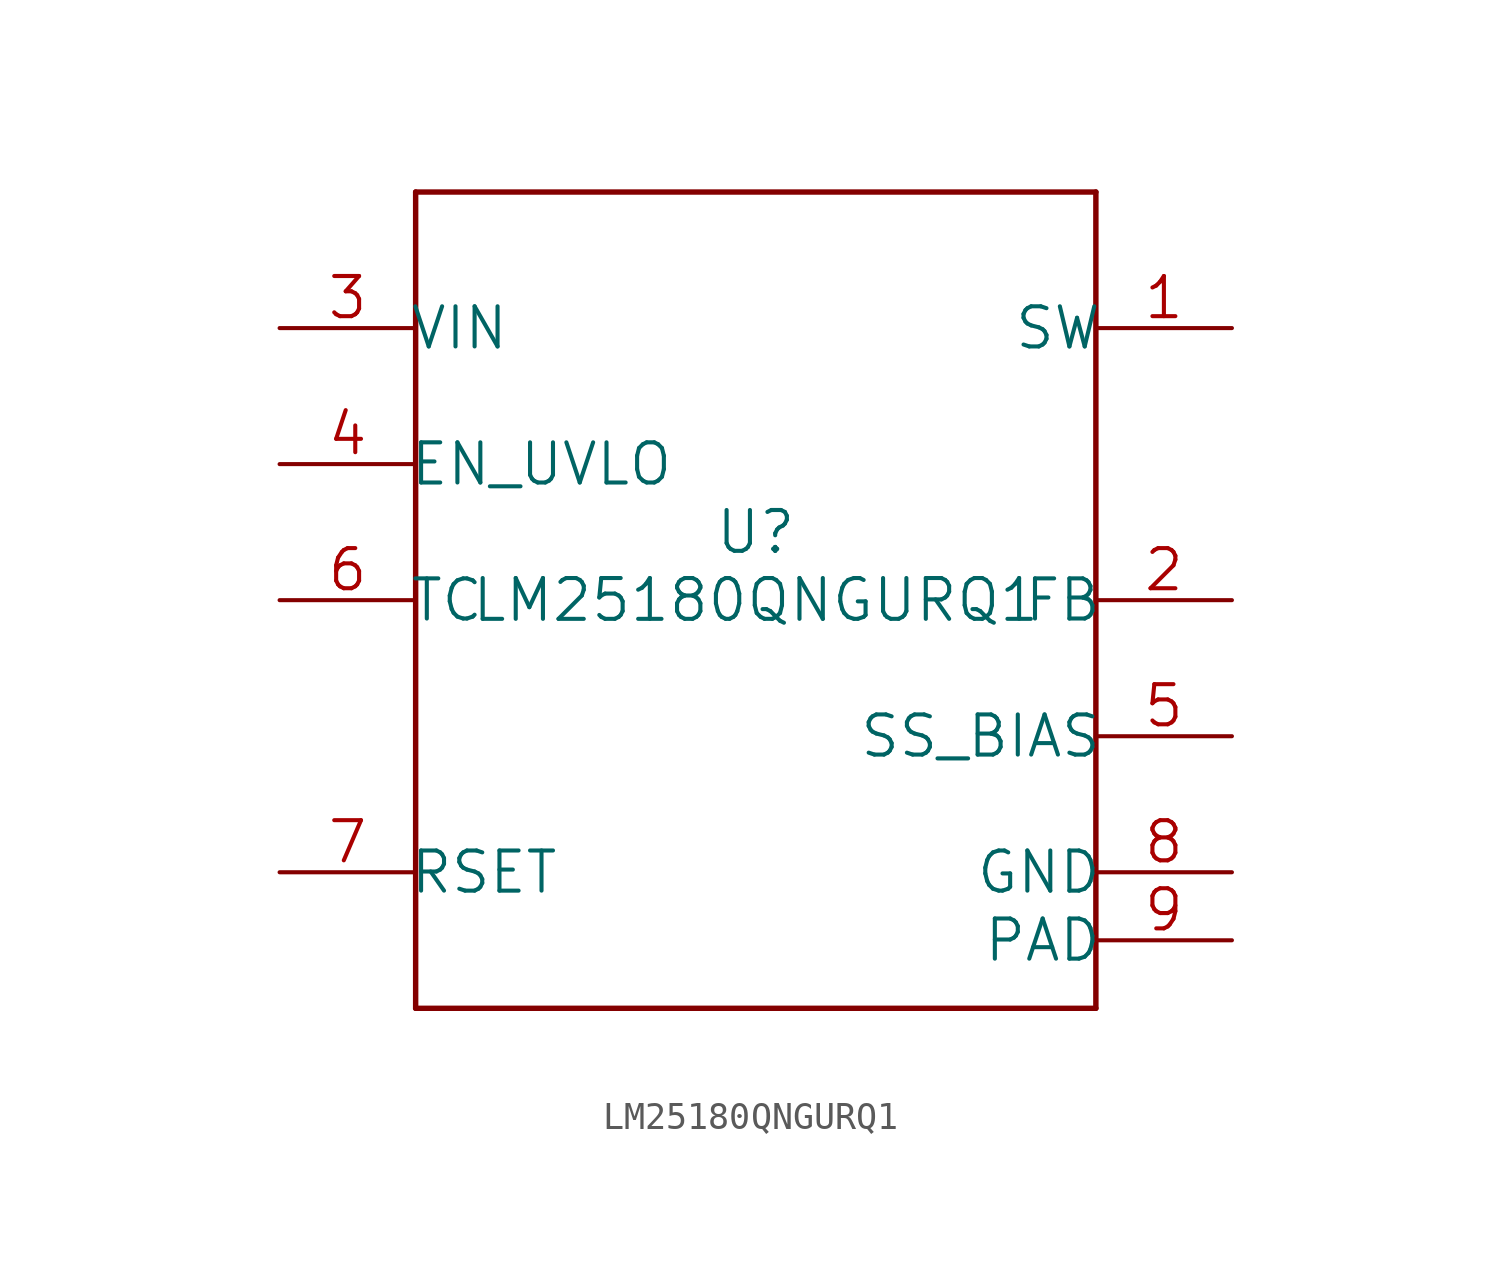
<source format=kicad_sym>
(kicad_symbol_lib
  (version 20211014)
  (generator kicad_symbol_editor)
  (symbol "LM25180QNGURQ1"
    (pin_names
      (offset -0.254))
    (property "Reference" "U"
      (at 0 2.54 0)
      (effects (font (size 1.524 1.524))))
    (property "Value" "LM25180QNGURQ1"
      (at 0 0 0)
      (effects (font (size 1.524 1.524))))
    (property "Datasheet" ""
      (at 0 0 0)
      (effects (font (size 1.524 1.524))))
    (symbol "LM25180QNGURQ1_1_1"
      (polyline (pts (xy -12.7 -15.24) (xy 12.7 -15.24)) (stroke (width 0.203) (type default) (color 0 0 0 0)) (fill (type none)))
      (polyline (pts (xy -12.7 15.24) (xy -12.7 -15.24)) (stroke (width 0.203) (type default) (color 0 0 0 0)) (fill (type none)))
      (polyline (pts (xy 12.7 -15.24) (xy 12.7 15.24)) (stroke (width 0.203) (type default) (color 0 0 0 0)) (fill (type none)))
      (polyline (pts (xy 12.7 15.24) (xy -12.7 15.24)) (stroke (width 0.203) (type default) (color 0 0 0 0)) (fill (type none)))
      (pin power_in line (at 17.78 10.16 180) (length 5.08) (name "SW" (effects (font (size 1.499 1.499)))) (number "1" (effects (font (size 1.499 1.499)))))
      (pin input line (at 17.78 0 180) (length 5.08) (name "FB" (effects (font (size 1.499 1.499)))) (number "2" (effects (font (size 1.499 1.499)))))
      (pin power_in line (at -17.78 10.16 0) (length 5.08) (name "VIN" (effects (font (size 1.499 1.499)))) (number "3" (effects (font (size 1.499 1.499)))))
      (pin input line (at -17.78 5.08 0) (length 5.08) (name "EN_UVLO" (effects (font (size 1.499 1.499)))) (number "4" (effects (font (size 1.499 1.499)))))
      (pin input line (at 17.78 -5.08 180) (length 5.08) (name "SS_BIAS" (effects (font (size 1.499 1.499)))) (number "5" (effects (font (size 1.499 1.499)))))
      (pin input line (at -17.78 0 0) (length 5.08) (name "TC" (effects (font (size 1.499 1.499)))) (number "6" (effects (font (size 1.499 1.499)))))
      (pin input line (at -17.78 -10.16 0) (length 5.08) (name "RSET" (effects (font (size 1.499 1.499)))) (number "7" (effects (font (size 1.499 1.499)))))
      (pin power_in line (at 17.78 -10.16 180) (length 5.08) (name "GND" (effects (font (size 1.499 1.499)))) (number "8" (effects (font (size 1.499 1.499)))))
      (pin power_in line (at 17.78 -12.7 180) (length 5.08) (name "PAD" (effects (font (size 1.499 1.499)))) (number "9" (effects (font (size 1.499 1.499))))))))
</source>
